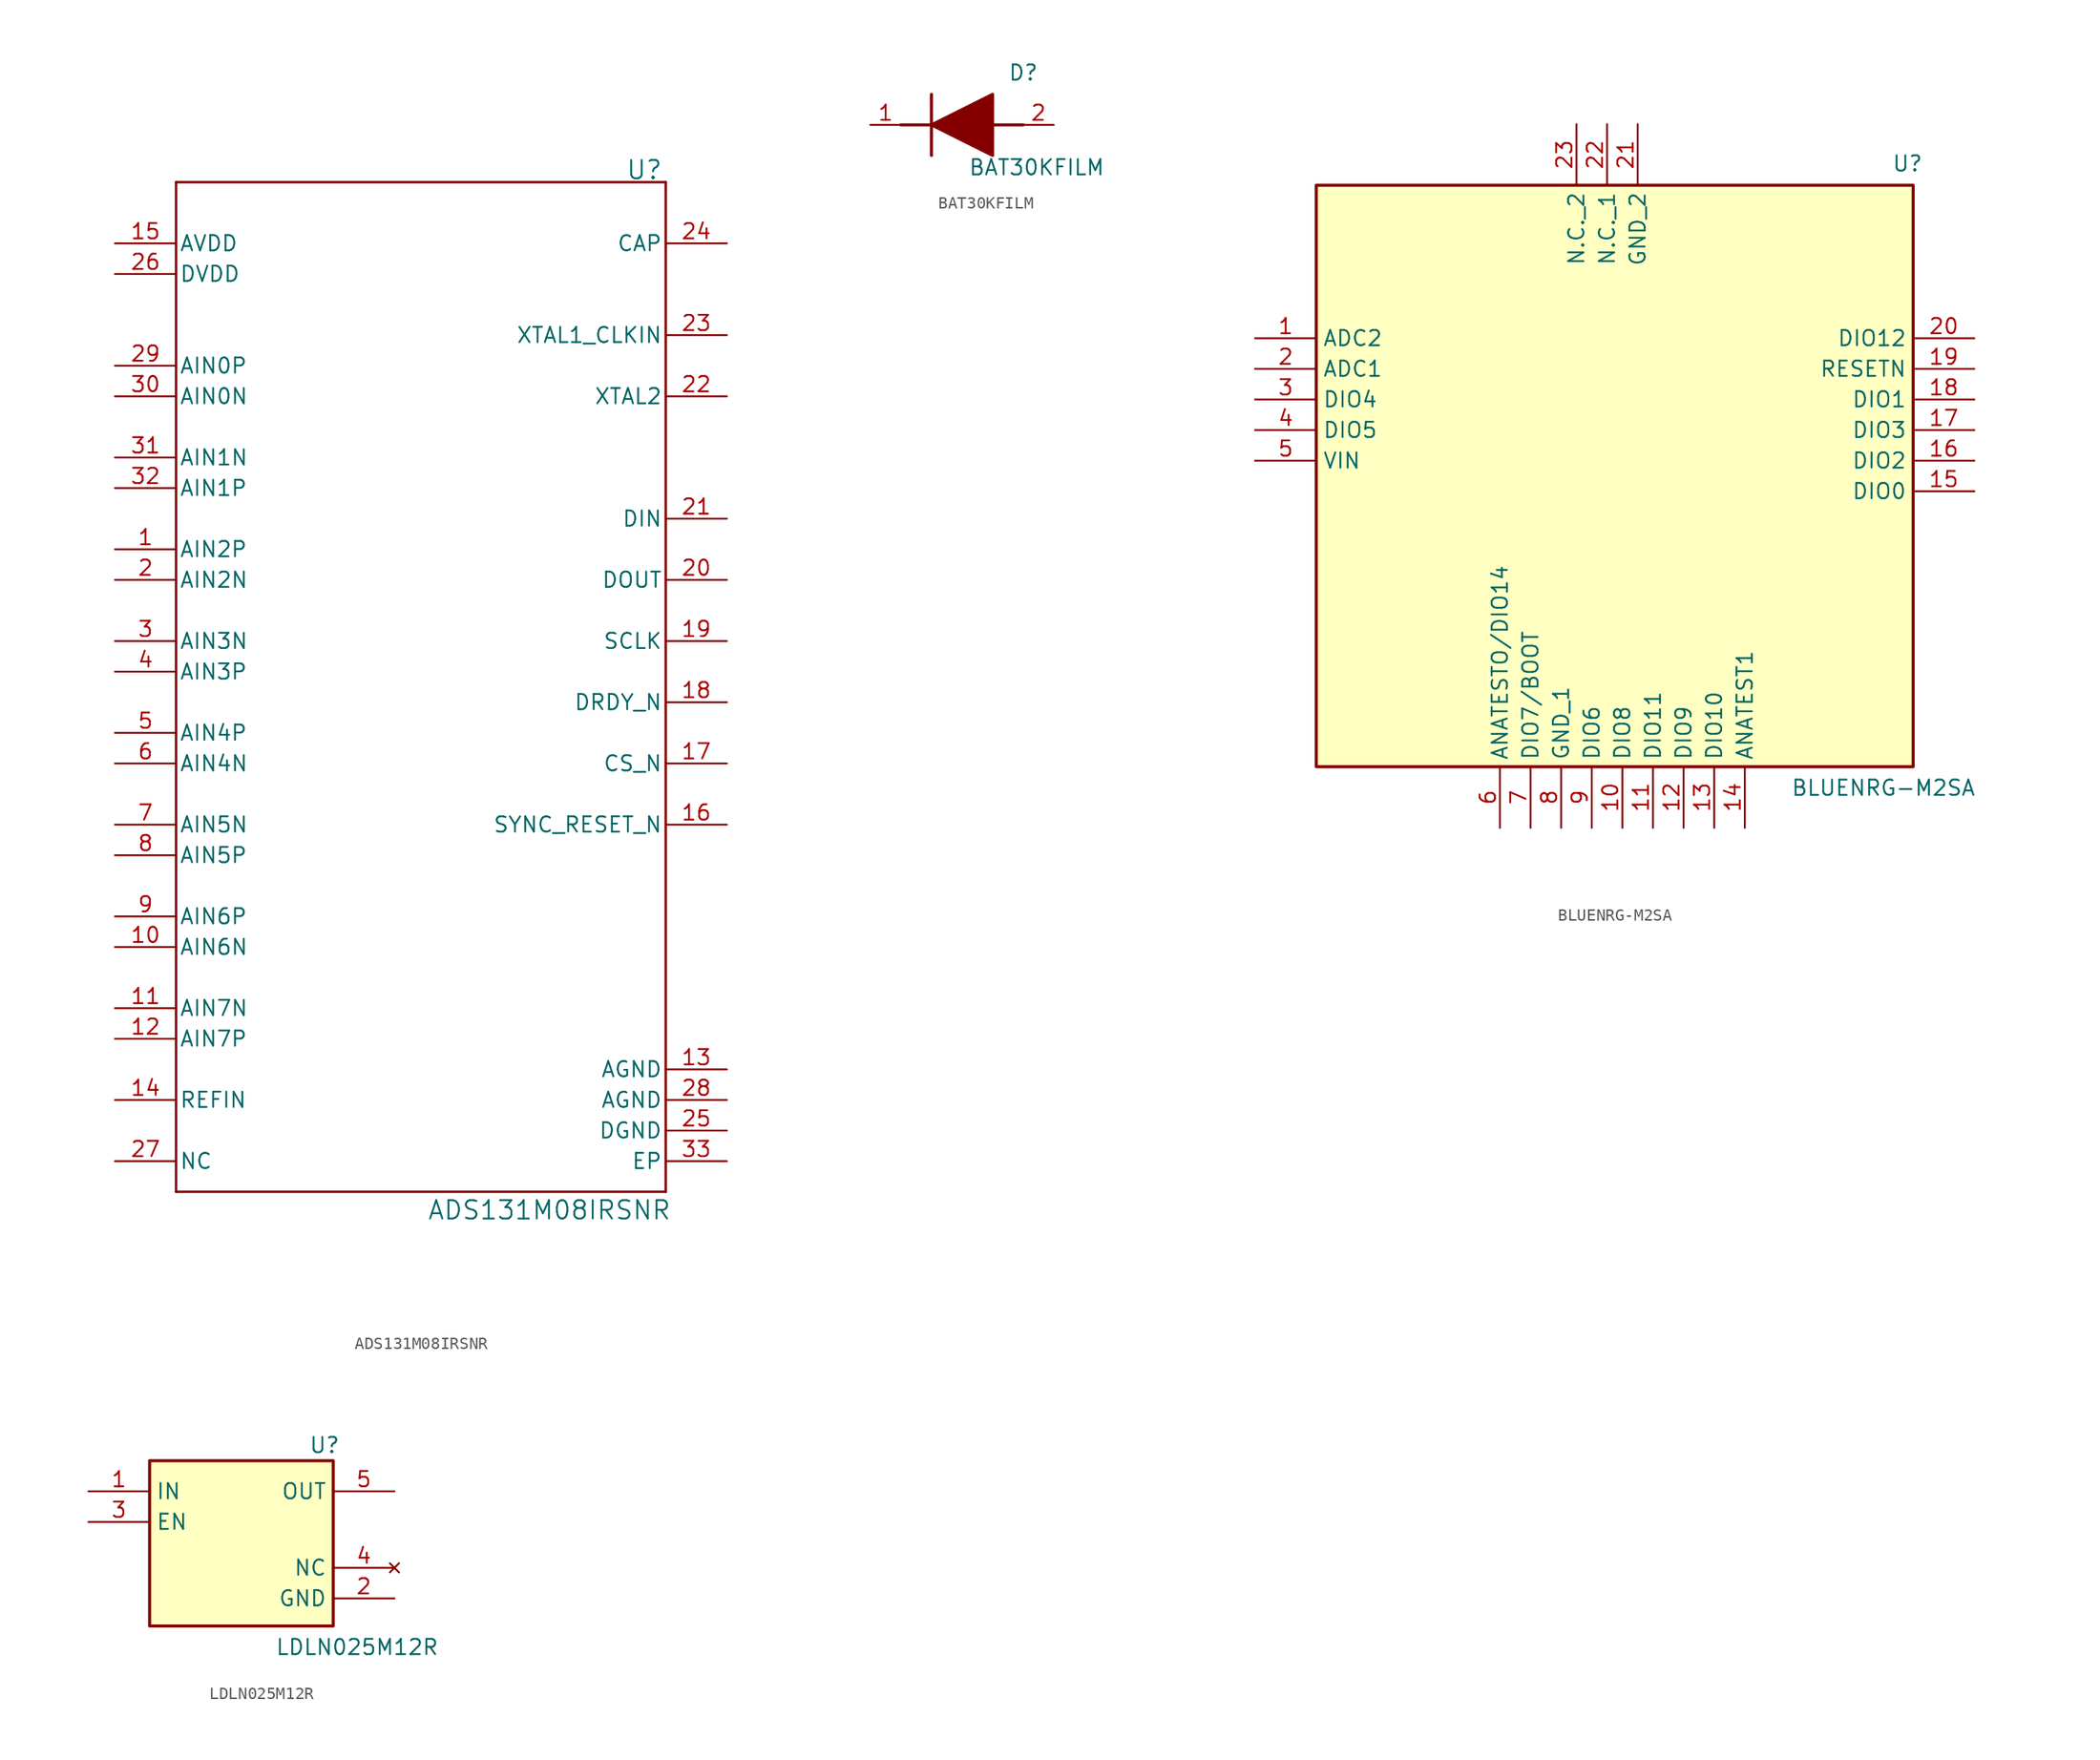
<source format=kicad_sym>
(kicad_symbol_lib
  (version 20231120)
  (generator "kicad_symbol_editor")
  (generator_version "8.0")
  (symbol "ADS131M08IRSNR"
    (pin_names
      (offset 0.254))
    (property "Reference" "U"
      (at 18.542 46.736 0)
      (effects (font (size 1.524 1.524))))
    (property "Value" "ADS131M08IRSNR"
      (at 10.668 -39.624 0)
      (effects (font (size 1.524 1.524))))
    (symbol "ADS131M08IRSNR_0_1"
      (polyline (pts (xy -20.32 -38.1) (xy 20.32 -38.1)) (stroke (width 0.203) (type default)) (fill (type none)))
      (polyline (pts (xy -20.32 45.72) (xy -20.32 -38.1)) (stroke (width 0.203) (type default)) (fill (type none)))
      (polyline (pts (xy 20.32 -38.1) (xy 20.32 45.72)) (stroke (width 0.203) (type default)) (fill (type none)))
      (polyline (pts (xy 20.32 45.72) (xy -20.32 45.72)) (stroke (width 0.203) (type default)) (fill (type none)))
      (pin passive line (at -25.4 15.24 0) (length 5.08) (name "AIN2P" (effects (font (size 1.27 1.27)))) (number "1" (effects (font (size 1.27 1.27)))))
      (pin passive line (at -25.4 -17.78 0) (length 5.08) (name "AIN6N" (effects (font (size 1.27 1.27)))) (number "10" (effects (font (size 1.27 1.27)))))
      (pin passive line (at -25.4 -22.86 0) (length 5.08) (name "AIN7N" (effects (font (size 1.27 1.27)))) (number "11" (effects (font (size 1.27 1.27)))))
      (pin passive line (at -25.4 -25.4 0) (length 5.08) (name "AIN7P" (effects (font (size 1.27 1.27)))) (number "12" (effects (font (size 1.27 1.27)))))
      (pin power_in line (at 25.4 -27.94 180) (length 5.08) (name "AGND" (effects (font (size 1.27 1.27)))) (number "13" (effects (font (size 1.27 1.27)))))
      (pin passive line (at -25.4 -30.48 0) (length 5.08) (name "REFIN" (effects (font (size 1.27 1.27)))) (number "14" (effects (font (size 1.27 1.27)))))
      (pin power_in line (at -25.4 40.64 0) (length 5.08) (name "AVDD" (effects (font (size 1.27 1.27)))) (number "15" (effects (font (size 1.27 1.27)))))
      (pin input line (at 25.4 -7.62 180) (length 5.08) (name "SYNC_RESET_N" (effects (font (size 1.27 1.27)))) (number "16" (effects (font (size 1.27 1.27)))))
      (pin input line (at 25.4 -2.54 180) (length 5.08) (name "CS_N" (effects (font (size 1.27 1.27)))) (number "17" (effects (font (size 1.27 1.27)))))
      (pin output line (at 25.4 2.54 180) (length 5.08) (name "DRDY_N" (effects (font (size 1.27 1.27)))) (number "18" (effects (font (size 1.27 1.27)))))
      (pin input line (at 25.4 7.62 180) (length 5.08) (name "SCLK" (effects (font (size 1.27 1.27)))) (number "19" (effects (font (size 1.27 1.27)))))
      (pin passive line (at -25.4 12.7 0) (length 5.08) (name "AIN2N" (effects (font (size 1.27 1.27)))) (number "2" (effects (font (size 1.27 1.27)))))
      (pin output line (at 25.4 12.7 180) (length 5.08) (name "DOUT" (effects (font (size 1.27 1.27)))) (number "20" (effects (font (size 1.27 1.27)))))
      (pin input line (at 25.4 17.78 180) (length 5.08) (name "DIN" (effects (font (size 1.27 1.27)))) (number "21" (effects (font (size 1.27 1.27)))))
      (pin input line (at 25.4 27.94 180) (length 5.08) (name "XTAL2" (effects (font (size 1.27 1.27)))) (number "22" (effects (font (size 1.27 1.27)))))
      (pin output line (at 25.4 33.02 180) (length 5.08) (name "XTAL1_CLKIN" (effects (font (size 1.27 1.27)))) (number "23" (effects (font (size 1.27 1.27)))))
      (pin passive line (at 25.4 40.64 180) (length 5.08) (name "CAP" (effects (font (size 1.27 1.27)))) (number "24" (effects (font (size 1.27 1.27)))))
      (pin power_in line (at 25.4 -33.02 180) (length 5.08) (name "DGND" (effects (font (size 1.27 1.27)))) (number "25" (effects (font (size 1.27 1.27)))))
      (pin power_in line (at -25.4 38.1 0) (length 5.08) (name "DVDD" (effects (font (size 1.27 1.27)))) (number "26" (effects (font (size 1.27 1.27)))))
      (pin passive line (at -25.4 -35.56 0) (length 5.08) (name "NC" (effects (font (size 1.27 1.27)))) (number "27" (effects (font (size 1.27 1.27)))))
      (pin power_in line (at 25.4 -30.48 180) (length 5.08) (name "AGND" (effects (font (size 1.27 1.27)))) (number "28" (effects (font (size 1.27 1.27)))))
      (pin passive line (at -25.4 30.48 0) (length 5.08) (name "AIN0P" (effects (font (size 1.27 1.27)))) (number "29" (effects (font (size 1.27 1.27)))))
      (pin passive line (at -25.4 7.62 0) (length 5.08) (name "AIN3N" (effects (font (size 1.27 1.27)))) (number "3" (effects (font (size 1.27 1.27)))))
      (pin passive line (at -25.4 27.94 0) (length 5.08) (name "AIN0N" (effects (font (size 1.27 1.27)))) (number "30" (effects (font (size 1.27 1.27)))))
      (pin passive line (at -25.4 22.86 0) (length 5.08) (name "AIN1N" (effects (font (size 1.27 1.27)))) (number "31" (effects (font (size 1.27 1.27)))))
      (pin passive line (at -25.4 20.32 0) (length 5.08) (name "AIN1P" (effects (font (size 1.27 1.27)))) (number "32" (effects (font (size 1.27 1.27)))))
      (pin power_in line (at 25.4 -35.56 180) (length 5.08) (name "EP" (effects (font (size 1.27 1.27)))) (number "33" (effects (font (size 1.27 1.27)))))
      (pin passive line (at -25.4 5.08 0) (length 5.08) (name "AIN3P" (effects (font (size 1.27 1.27)))) (number "4" (effects (font (size 1.27 1.27)))))
      (pin passive line (at -25.4 0 0) (length 5.08) (name "AIN4P" (effects (font (size 1.27 1.27)))) (number "5" (effects (font (size 1.27 1.27)))))
      (pin passive line (at -25.4 -2.54 0) (length 5.08) (name "AIN4N" (effects (font (size 1.27 1.27)))) (number "6" (effects (font (size 1.27 1.27)))))
      (pin passive line (at -25.4 -7.62 0) (length 5.08) (name "AIN5N" (effects (font (size 1.27 1.27)))) (number "7" (effects (font (size 1.27 1.27)))))
      (pin passive line (at -25.4 -10.16 0) (length 5.08) (name "AIN5P" (effects (font (size 1.27 1.27)))) (number "8" (effects (font (size 1.27 1.27)))))
      (pin passive line (at -25.4 -15.24 0) (length 5.08) (name "AIN6P" (effects (font (size 1.27 1.27)))) (number "9" (effects (font (size 1.27 1.27)))))))
  (symbol "BAT30KFILM"
    (pin_names hide)
    (property "Reference" "D"
      (at 11.43 5.08 0)
      (effects (font (size 1.27 1.27)) (justify left top)))
    (property "Value" "BAT30KFILM"
      (at 8.128 -2.794 0)
      (effects (font (size 1.27 1.27)) (justify left top)))
    (symbol "BAT30KFILM_1_1"
      (polyline (pts (xy 2.54 0) (xy 5.08 0)) (stroke (width 0.254) (type default)) (fill (type none)))
      (polyline (pts (xy 5.08 2.54) (xy 5.08 -2.54)) (stroke (width 0.254) (type default)) (fill (type none)))
      (polyline (pts (xy 10.16 0) (xy 12.7 0)) (stroke (width 0.254) (type default)) (fill (type none)))
      (polyline (pts (xy 5.08 0) (xy 10.16 2.54) (xy 10.16 -2.54) (xy 5.08 0)) (stroke (width 0.254) (type default)) (fill (type outline)))
      (pin passive line (at 0 0 0) (length 2.54) (name "K" (effects (font (size 1.27 1.27)))) (number "1" (effects (font (size 1.27 1.27)))))
      (pin passive line (at 15.24 0 180) (length 2.54) (name "A" (effects (font (size 1.27 1.27)))) (number "2" (effects (font (size 1.27 1.27)))))))
  (symbol "BLUENRG-M2SA"
    (property "Reference" "U"
      (at 23.622 25.4 0)
      (effects (font (size 1.27 1.27)) (justify left top)))
    (property "Value" "BLUENRG-M2SA"
      (at 15.24 -26.416 0)
      (effects (font (size 1.27 1.27)) (justify left top)))
    (symbol "BLUENRG-M2SA_1_1"
      (rectangle (start -24.13 22.86) (end 25.4 -25.4) (stroke (width 0.254) (type default)) (fill (type background)))
      (pin passive line (at -29.21 10.16 0) (length 5.08) (name "ADC2" (effects (font (size 1.27 1.27)))) (number "1" (effects (font (size 1.27 1.27)))))
      (pin passive line (at 1.27 -30.48 90) (length 5.08) (name "DIO8" (effects (font (size 1.27 1.27)))) (number "10" (effects (font (size 1.27 1.27)))))
      (pin passive line (at 3.81 -30.48 90) (length 5.08) (name "DIO11" (effects (font (size 1.27 1.27)))) (number "11" (effects (font (size 1.27 1.27)))))
      (pin passive line (at 6.35 -30.48 90) (length 5.08) (name "DIO9" (effects (font (size 1.27 1.27)))) (number "12" (effects (font (size 1.27 1.27)))))
      (pin passive line (at 8.89 -30.48 90) (length 5.08) (name "DIO10" (effects (font (size 1.27 1.27)))) (number "13" (effects (font (size 1.27 1.27)))))
      (pin passive line (at 11.43 -30.48 90) (length 5.08) (name "ANATEST1" (effects (font (size 1.27 1.27)))) (number "14" (effects (font (size 1.27 1.27)))))
      (pin passive line (at 30.48 -2.54 180) (length 5.08) (name "DIO0" (effects (font (size 1.27 1.27)))) (number "15" (effects (font (size 1.27 1.27)))))
      (pin passive line (at 30.48 0 180) (length 5.08) (name "DIO2" (effects (font (size 1.27 1.27)))) (number "16" (effects (font (size 1.27 1.27)))))
      (pin passive line (at 30.48 2.54 180) (length 5.08) (name "DIO3" (effects (font (size 1.27 1.27)))) (number "17" (effects (font (size 1.27 1.27)))))
      (pin passive line (at 30.48 5.08 180) (length 5.08) (name "DIO1" (effects (font (size 1.27 1.27)))) (number "18" (effects (font (size 1.27 1.27)))))
      (pin passive line (at 30.48 7.62 180) (length 5.08) (name "RESETN" (effects (font (size 1.27 1.27)))) (number "19" (effects (font (size 1.27 1.27)))))
      (pin passive line (at -29.21 7.62 0) (length 5.08) (name "ADC1" (effects (font (size 1.27 1.27)))) (number "2" (effects (font (size 1.27 1.27)))))
      (pin passive line (at 30.48 10.16 180) (length 5.08) (name "DIO12" (effects (font (size 1.27 1.27)))) (number "20" (effects (font (size 1.27 1.27)))))
      (pin passive line (at 2.54 27.94 270) (length 5.08) (name "GND_2" (effects (font (size 1.27 1.27)))) (number "21" (effects (font (size 1.27 1.27)))))
      (pin passive line (at 0 27.94 270) (length 5.08) (name "N.C._1" (effects (font (size 1.27 1.27)))) (number "22" (effects (font (size 1.27 1.27)))))
      (pin passive line (at -2.54 27.94 270) (length 5.08) (name "N.C._2" (effects (font (size 1.27 1.27)))) (number "23" (effects (font (size 1.27 1.27)))))
      (pin passive line (at -29.21 5.08 0) (length 5.08) (name "DIO4" (effects (font (size 1.27 1.27)))) (number "3" (effects (font (size 1.27 1.27)))))
      (pin passive line (at -29.21 2.54 0) (length 5.08) (name "DIO5" (effects (font (size 1.27 1.27)))) (number "4" (effects (font (size 1.27 1.27)))))
      (pin passive line (at -29.21 0 0) (length 5.08) (name "VIN" (effects (font (size 1.27 1.27)))) (number "5" (effects (font (size 1.27 1.27)))))
      (pin passive line (at -8.89 -30.48 90) (length 5.08) (name "ANATESTO/DIO14" (effects (font (size 1.27 1.27)))) (number "6" (effects (font (size 1.27 1.27)))))
      (pin passive line (at -6.35 -30.48 90) (length 5.08) (name "DIO7/BOOT" (effects (font (size 1.27 1.27)))) (number "7" (effects (font (size 1.27 1.27)))))
      (pin passive line (at -3.81 -30.48 90) (length 5.08) (name "GND_1" (effects (font (size 1.27 1.27)))) (number "8" (effects (font (size 1.27 1.27)))))
      (pin passive line (at -1.27 -30.48 90) (length 5.08) (name "DIO6" (effects (font (size 1.27 1.27)))) (number "9" (effects (font (size 1.27 1.27)))))))
  (symbol "LDLN025M12R"
    (property "Reference" "U"
      (at 5.588 8.382 0)
      (effects (font (size 1.27 1.27)) (justify left top)))
    (property "Value" "LDLN025M12R"
      (at 2.794 -8.382 0)
      (effects (font (size 1.27 1.27)) (justify left top)))
    (symbol "LDLN025M12R_1_1"
      (rectangle (start -7.62 6.35) (end 7.62 -7.366) (stroke (width 0.254) (type default)) (fill (type background)))
      (pin passive line (at -12.7 3.81 0) (length 5.08) (name "IN" (effects (font (size 1.27 1.27)))) (number "1" (effects (font (size 1.27 1.27)))))
      (pin passive line (at 12.7 -5.08 180) (length 5.08) (name "GND" (effects (font (size 1.27 1.27)))) (number "2" (effects (font (size 1.27 1.27)))))
      (pin passive line (at -12.7 1.27 0) (length 5.08) (name "EN" (effects (font (size 1.27 1.27)))) (number "3" (effects (font (size 1.27 1.27)))))
      (pin no_connect line (at 12.7 -2.54 180) (length 5.08) (name "NC" (effects (font (size 1.27 1.27)))) (number "4" (effects (font (size 1.27 1.27)))))
      (pin passive line (at 12.7 3.81 180) (length 5.08) (name "OUT" (effects (font (size 1.27 1.27)))) (number "5" (effects (font (size 1.27 1.27))))))))
</source>
